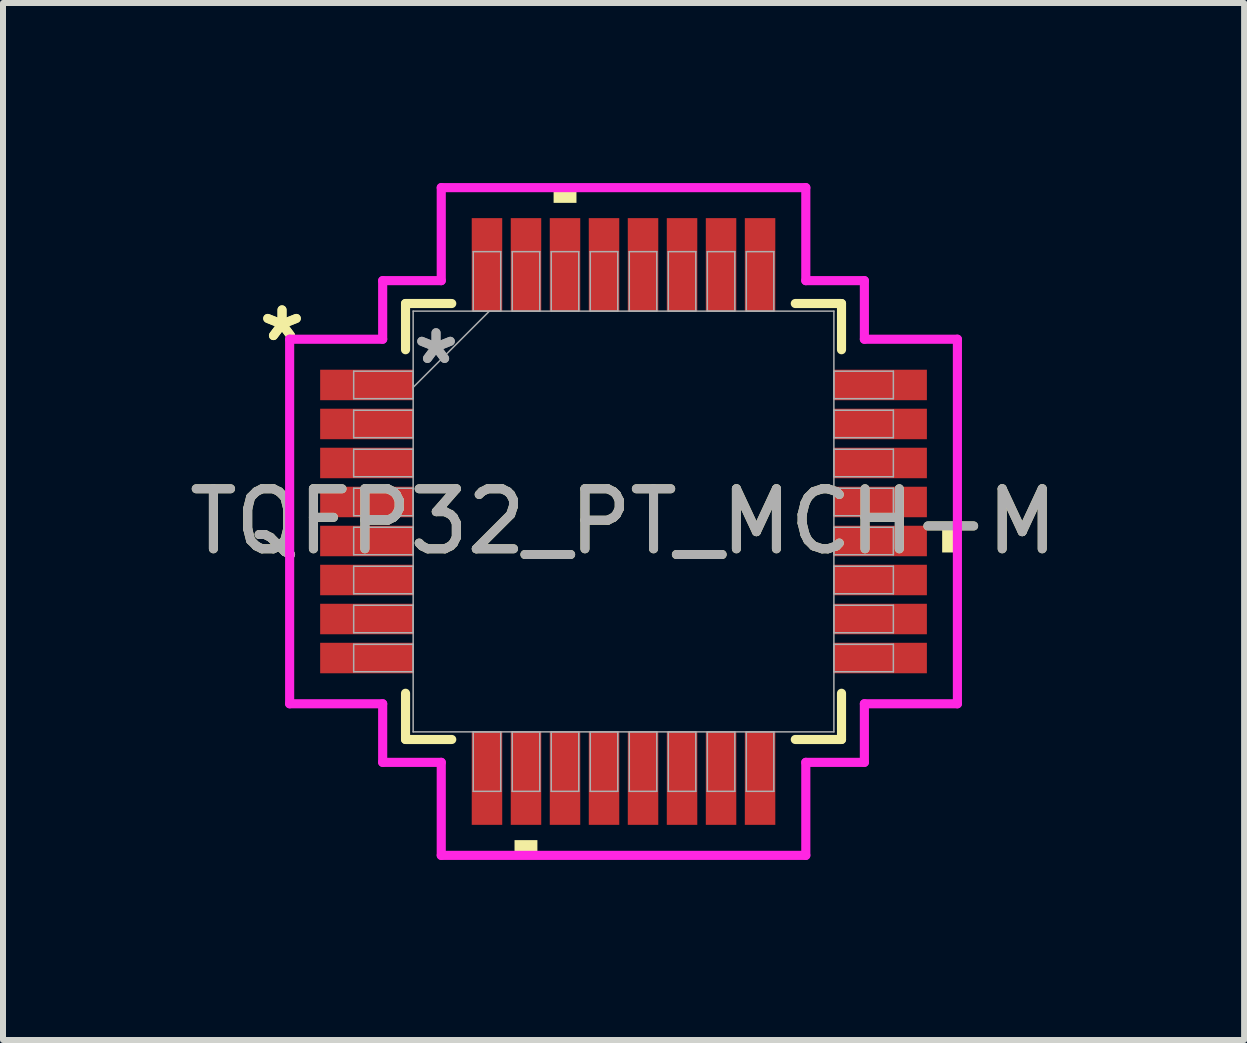
<source format=kicad_pcb>
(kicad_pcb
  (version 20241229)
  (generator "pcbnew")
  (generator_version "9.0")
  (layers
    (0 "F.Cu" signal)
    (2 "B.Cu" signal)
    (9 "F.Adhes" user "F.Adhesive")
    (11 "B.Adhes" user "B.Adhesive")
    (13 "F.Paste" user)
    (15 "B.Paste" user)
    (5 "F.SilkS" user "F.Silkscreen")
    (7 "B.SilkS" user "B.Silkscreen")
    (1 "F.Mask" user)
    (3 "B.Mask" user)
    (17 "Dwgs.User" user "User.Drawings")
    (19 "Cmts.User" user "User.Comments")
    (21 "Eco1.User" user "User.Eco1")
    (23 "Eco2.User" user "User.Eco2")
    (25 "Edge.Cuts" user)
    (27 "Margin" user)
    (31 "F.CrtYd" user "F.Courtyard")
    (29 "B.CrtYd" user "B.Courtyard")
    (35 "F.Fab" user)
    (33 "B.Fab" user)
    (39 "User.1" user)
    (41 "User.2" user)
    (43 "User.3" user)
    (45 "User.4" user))
  (footprint "TQFP32_PT_MCH-M"
    (layer "F.Cu")
    (at 7.339 5.639)
    (property "Reference" "TQFP32_PT_MCH-M" (at 0 0 0) (unlocked yes) (layer "F.SilkS") (effects (font (size 1 1) (thickness 0.15))))
    (attr smd)
    (fp_line (start -3.632 -3.632) (end -3.632 -2.862) (stroke (width 0.152) (type solid)) (layer "F.SilkS"))
    (fp_line (start -3.632 2.862) (end -3.632 3.632) (stroke (width 0.152) (type solid)) (layer "F.SilkS"))
    (fp_line (start -3.632 3.632) (end -2.862 3.632) (stroke (width 0.152) (type solid)) (layer "F.SilkS"))
    (fp_line (start -2.862 -3.632) (end -3.632 -3.632) (stroke (width 0.152) (type solid)) (layer "F.SilkS"))
    (fp_line (start 2.862 3.632) (end 3.632 3.632) (stroke (width 0.152) (type solid)) (layer "F.SilkS"))
    (fp_line (start 3.632 -3.632) (end 2.862 -3.632) (stroke (width 0.152) (type solid)) (layer "F.SilkS"))
    (fp_line (start 3.632 -2.862) (end 3.632 -3.632) (stroke (width 0.152) (type solid)) (layer "F.SilkS"))
    (fp_line (start 3.632 3.632) (end 3.632 2.862) (stroke (width 0.152) (type solid)) (layer "F.SilkS"))
    (fp_poly (pts (xy -1.816 5.309) (xy -1.816 5.563) (xy -1.435 5.563) (xy -1.435 5.309)) (stroke (width 0) (type solid)) (fill yes) (layer "F.SilkS"))
    (fp_poly (pts (xy -1.165 -5.309) (xy -1.165 -5.563) (xy -0.784 -5.563) (xy -0.784 -5.309)) (stroke (width 0) (type solid)) (fill yes) (layer "F.SilkS"))
    (fp_poly (pts (xy 5.563 0.135) (xy 5.563 0.516) (xy 5.309 0.516) (xy 5.309 0.135)) (stroke (width 0) (type solid)) (fill yes) (layer "F.SilkS"))
    (fp_line (start -5.563 -3.037) (end -4.013 -3.037) (stroke (width 0.152) (type solid)) (layer "F.CrtYd"))
    (fp_line (start -5.563 3.037) (end -5.563 -3.037) (stroke (width 0.152) (type solid)) (layer "F.CrtYd"))
    (fp_line (start -4.013 -4.013) (end -3.037 -4.013) (stroke (width 0.152) (type solid)) (layer "F.CrtYd"))
    (fp_line (start -4.013 -3.037) (end -4.013 -4.013) (stroke (width 0.152) (type solid)) (layer "F.CrtYd"))
    (fp_line (start -4.013 3.037) (end -5.563 3.037) (stroke (width 0.152) (type solid)) (layer "F.CrtYd"))
    (fp_line (start -4.013 4.013) (end -4.013 3.037) (stroke (width 0.152) (type solid)) (layer "F.CrtYd"))
    (fp_line (start -4.013 4.013) (end -3.037 4.013) (stroke (width 0.152) (type solid)) (layer "F.CrtYd"))
    (fp_line (start -3.037 -5.563) (end 3.037 -5.563) (stroke (width 0.152) (type solid)) (layer "F.CrtYd"))
    (fp_line (start -3.037 -4.013) (end -3.037 -5.563) (stroke (width 0.152) (type solid)) (layer "F.CrtYd"))
    (fp_line (start -3.037 4.013) (end -3.037 5.563) (stroke (width 0.152) (type solid)) (layer "F.CrtYd"))
    (fp_line (start -3.037 5.563) (end 3.037 5.563) (stroke (width 0.152) (type solid)) (layer "F.CrtYd"))
    (fp_line (start 3.037 -5.563) (end 3.037 -4.013) (stroke (width 0.152) (type solid)) (layer "F.CrtYd"))
    (fp_line (start 3.037 -4.013) (end 4.013 -4.013) (stroke (width 0.152) (type solid)) (layer "F.CrtYd"))
    (fp_line (start 3.037 4.013) (end 4.013 4.013) (stroke (width 0.152) (type solid)) (layer "F.CrtYd"))
    (fp_line (start 3.037 5.563) (end 3.037 4.013) (stroke (width 0.152) (type solid)) (layer "F.CrtYd"))
    (fp_line (start 4.013 -3.037) (end 4.013 -4.013) (stroke (width 0.152) (type solid)) (layer "F.CrtYd"))
    (fp_line (start 4.013 3.037) (end 5.563 3.037) (stroke (width 0.152) (type solid)) (layer "F.CrtYd"))
    (fp_line (start 4.013 4.013) (end 4.013 3.037) (stroke (width 0.152) (type solid)) (layer "F.CrtYd"))
    (fp_line (start 5.563 -3.037) (end 4.013 -3.037) (stroke (width 0.152) (type solid)) (layer "F.CrtYd"))
    (fp_line (start 5.563 3.037) (end 5.563 -3.037) (stroke (width 0.152) (type solid)) (layer "F.CrtYd"))
    (fp_line (start -4.496 -2.504) (end -4.496 -2.046) (stroke (width 0.025) (type solid)) (layer "F.Fab"))
    (fp_line (start -4.496 -2.046) (end -3.505 -2.046) (stroke (width 0.025) (type solid)) (layer "F.Fab"))
    (fp_line (start -4.496 -1.854) (end -4.496 -1.396) (stroke (width 0.025) (type solid)) (layer "F.Fab"))
    (fp_line (start -4.496 -1.396) (end -3.505 -1.396) (stroke (width 0.025) (type solid)) (layer "F.Fab"))
    (fp_line (start -4.496 -1.204) (end -4.496 -0.746) (stroke (width 0.025) (type solid)) (layer "F.Fab"))
    (fp_line (start -4.496 -0.746) (end -3.505 -0.746) (stroke (width 0.025) (type solid)) (layer "F.Fab"))
    (fp_line (start -4.496 -0.554) (end -4.496 -0.096) (stroke (width 0.025) (type solid)) (layer "F.Fab"))
    (fp_line (start -4.496 -0.096) (end -3.505 -0.096) (stroke (width 0.025) (type solid)) (layer "F.Fab"))
    (fp_line (start -4.496 0.096) (end -4.496 0.554) (stroke (width 0.025) (type solid)) (layer "F.Fab"))
    (fp_line (start -4.496 0.554) (end -3.505 0.554) (stroke (width 0.025) (type solid)) (layer "F.Fab"))
    (fp_line (start -4.496 0.746) (end -4.496 1.204) (stroke (width 0.025) (type solid)) (layer "F.Fab"))
    (fp_line (start -4.496 1.204) (end -3.505 1.204) (stroke (width 0.025) (type solid)) (layer "F.Fab"))
    (fp_line (start -4.496 1.396) (end -4.496 1.854) (stroke (width 0.025) (type solid)) (layer "F.Fab"))
    (fp_line (start -4.496 1.854) (end -3.505 1.854) (stroke (width 0.025) (type solid)) (layer "F.Fab"))
    (fp_line (start -4.496 2.046) (end -4.496 2.504) (stroke (width 0.025) (type solid)) (layer "F.Fab"))
    (fp_line (start -4.496 2.504) (end -3.505 2.504) (stroke (width 0.025) (type solid)) (layer "F.Fab"))
    (fp_line (start -3.505 -3.505) (end -3.505 3.505) (stroke (width 0.025) (type solid)) (layer "F.Fab"))
    (fp_line (start -3.505 -2.504) (end -4.496 -2.504) (stroke (width 0.025) (type solid)) (layer "F.Fab"))
    (fp_line (start -3.505 -2.235) (end -2.235 -3.505) (stroke (width 0.025) (type solid)) (layer "F.Fab"))
    (fp_line (start -3.505 -2.046) (end -3.505 -2.504) (stroke (width 0.025) (type solid)) (layer "F.Fab"))
    (fp_line (start -3.505 -1.854) (end -4.496 -1.854) (stroke (width 0.025) (type solid)) (layer "F.Fab"))
    (fp_line (start -3.505 -1.396) (end -3.505 -1.854) (stroke (width 0.025) (type solid)) (layer "F.Fab"))
    (fp_line (start -3.505 -1.204) (end -4.496 -1.204) (stroke (width 0.025) (type solid)) (layer "F.Fab"))
    (fp_line (start -3.505 -0.746) (end -3.505 -1.204) (stroke (width 0.025) (type solid)) (layer "F.Fab"))
    (fp_line (start -3.505 -0.554) (end -4.496 -0.554) (stroke (width 0.025) (type solid)) (layer "F.Fab"))
    (fp_line (start -3.505 -0.096) (end -3.505 -0.554) (stroke (width 0.025) (type solid)) (layer "F.Fab"))
    (fp_line (start -3.505 0.096) (end -4.496 0.096) (stroke (width 0.025) (type solid)) (layer "F.Fab"))
    (fp_line (start -3.505 0.554) (end -3.505 0.096) (stroke (width 0.025) (type solid)) (layer "F.Fab"))
    (fp_line (start -3.505 0.746) (end -4.496 0.746) (stroke (width 0.025) (type solid)) (layer "F.Fab"))
    (fp_line (start -3.505 1.204) (end -3.505 0.746) (stroke (width 0.025) (type solid)) (layer "F.Fab"))
    (fp_line (start -3.505 1.396) (end -4.496 1.396) (stroke (width 0.025) (type solid)) (layer "F.Fab"))
    (fp_line (start -3.505 1.854) (end -3.505 1.396) (stroke (width 0.025) (type solid)) (layer "F.Fab"))
    (fp_line (start -3.505 2.046) (end -4.496 2.046) (stroke (width 0.025) (type solid)) (layer "F.Fab"))
    (fp_line (start -3.505 2.504) (end -3.505 2.046) (stroke (width 0.025) (type solid)) (layer "F.Fab"))
    (fp_line (start -3.505 3.505) (end 3.505 3.505) (stroke (width 0.025) (type solid)) (layer "F.Fab"))
    (fp_line (start -2.504 -4.496) (end -2.504 -3.505) (stroke (width 0.025) (type solid)) (layer "F.Fab"))
    (fp_line (start -2.504 -3.505) (end -2.046 -3.505) (stroke (width 0.025) (type solid)) (layer "F.Fab"))
    (fp_line (start -2.504 3.505) (end -2.504 4.496) (stroke (width 0.025) (type solid)) (layer "F.Fab"))
    (fp_line (start -2.504 4.496) (end -2.046 4.496) (stroke (width 0.025) (type solid)) (layer "F.Fab"))
    (fp_line (start -2.046 -4.496) (end -2.504 -4.496) (stroke (width 0.025) (type solid)) (layer "F.Fab"))
    (fp_line (start -2.046 -3.505) (end -2.046 -4.496) (stroke (width 0.025) (type solid)) (layer "F.Fab"))
    (fp_line (start -2.046 3.505) (end -2.504 3.505) (stroke (width 0.025) (type solid)) (layer "F.Fab"))
    (fp_line (start -2.046 4.496) (end -2.046 3.505) (stroke (width 0.025) (type solid)) (layer "F.Fab"))
    (fp_line (start -1.854 -4.496) (end -1.854 -3.505) (stroke (width 0.025) (type solid)) (layer "F.Fab"))
    (fp_line (start -1.854 -3.505) (end -1.396 -3.505) (stroke (width 0.025) (type solid)) (layer "F.Fab"))
    (fp_line (start -1.854 3.505) (end -1.854 4.496) (stroke (width 0.025) (type solid)) (layer "F.Fab"))
    (fp_line (start -1.854 4.496) (end -1.396 4.496) (stroke (width 0.025) (type solid)) (layer "F.Fab"))
    (fp_line (start -1.396 -4.496) (end -1.854 -4.496) (stroke (width 0.025) (type solid)) (layer "F.Fab"))
    (fp_line (start -1.396 -3.505) (end -1.396 -4.496) (stroke (width 0.025) (type solid)) (layer "F.Fab"))
    (fp_line (start -1.396 3.505) (end -1.854 3.505) (stroke (width 0.025) (type solid)) (layer "F.Fab"))
    (fp_line (start -1.396 4.496) (end -1.396 3.505) (stroke (width 0.025) (type solid)) (layer "F.Fab"))
    (fp_line (start -1.204 -4.496) (end -1.204 -3.505) (stroke (width 0.025) (type solid)) (layer "F.Fab"))
    (fp_line (start -1.204 -3.505) (end -0.746 -3.505) (stroke (width 0.025) (type solid)) (layer "F.Fab"))
    (fp_line (start -1.204 3.505) (end -1.204 4.496) (stroke (width 0.025) (type solid)) (layer "F.Fab"))
    (fp_line (start -1.204 4.496) (end -0.746 4.496) (stroke (width 0.025) (type solid)) (layer "F.Fab"))
    (fp_line (start -0.746 -4.496) (end -1.204 -4.496) (stroke (width 0.025) (type solid)) (layer "F.Fab"))
    (fp_line (start -0.746 -3.505) (end -0.746 -4.496) (stroke (width 0.025) (type solid)) (layer "F.Fab"))
    (fp_line (start -0.746 3.505) (end -1.204 3.505) (stroke (width 0.025) (type solid)) (layer "F.Fab"))
    (fp_line (start -0.746 4.496) (end -0.746 3.505) (stroke (width 0.025) (type solid)) (layer "F.Fab"))
    (fp_line (start -0.554 -4.496) (end -0.554 -3.505) (stroke (width 0.025) (type solid)) (layer "F.Fab"))
    (fp_line (start -0.554 -3.505) (end -0.096 -3.505) (stroke (width 0.025) (type solid)) (layer "F.Fab"))
    (fp_line (start -0.554 3.505) (end -0.554 4.496) (stroke (width 0.025) (type solid)) (layer "F.Fab"))
    (fp_line (start -0.554 4.496) (end -0.096 4.496) (stroke (width 0.025) (type solid)) (layer "F.Fab"))
    (fp_line (start -0.096 -4.496) (end -0.554 -4.496) (stroke (width 0.025) (type solid)) (layer "F.Fab"))
    (fp_line (start -0.096 -3.505) (end -0.096 -4.496) (stroke (width 0.025) (type solid)) (layer "F.Fab"))
    (fp_line (start -0.096 3.505) (end -0.554 3.505) (stroke (width 0.025) (type solid)) (layer "F.Fab"))
    (fp_line (start -0.096 4.496) (end -0.096 3.505) (stroke (width 0.025) (type solid)) (layer "F.Fab"))
    (fp_line (start 0.096 -4.496) (end 0.096 -3.505) (stroke (width 0.025) (type solid)) (layer "F.Fab"))
    (fp_line (start 0.096 -3.505) (end 0.554 -3.505) (stroke (width 0.025) (type solid)) (layer "F.Fab"))
    (fp_line (start 0.096 3.505) (end 0.096 4.496) (stroke (width 0.025) (type solid)) (layer "F.Fab"))
    (fp_line (start 0.096 4.496) (end 0.554 4.496) (stroke (width 0.025) (type solid)) (layer "F.Fab"))
    (fp_line (start 0.554 -4.496) (end 0.096 -4.496) (stroke (width 0.025) (type solid)) (layer "F.Fab"))
    (fp_line (start 0.554 -3.505) (end 0.554 -4.496) (stroke (width 0.025) (type solid)) (layer "F.Fab"))
    (fp_line (start 0.554 3.505) (end 0.096 3.505) (stroke (width 0.025) (type solid)) (layer "F.Fab"))
    (fp_line (start 0.554 4.496) (end 0.554 3.505) (stroke (width 0.025) (type solid)) (layer "F.Fab"))
    (fp_line (start 0.746 -4.496) (end 0.746 -3.505) (stroke (width 0.025) (type solid)) (layer "F.Fab"))
    (fp_line (start 0.746 -3.505) (end 1.204 -3.505) (stroke (width 0.025) (type solid)) (layer "F.Fab"))
    (fp_line (start 0.746 3.505) (end 0.746 4.496) (stroke (width 0.025) (type solid)) (layer "F.Fab"))
    (fp_line (start 0.746 4.496) (end 1.204 4.496) (stroke (width 0.025) (type solid)) (layer "F.Fab"))
    (fp_line (start 1.204 -4.496) (end 0.746 -4.496) (stroke (width 0.025) (type solid)) (layer "F.Fab"))
    (fp_line (start 1.204 -3.505) (end 1.204 -4.496) (stroke (width 0.025) (type solid)) (layer "F.Fab"))
    (fp_line (start 1.204 3.505) (end 0.746 3.505) (stroke (width 0.025) (type solid)) (layer "F.Fab"))
    (fp_line (start 1.204 4.496) (end 1.204 3.505) (stroke (width 0.025) (type solid)) (layer "F.Fab"))
    (fp_line (start 1.396 -4.496) (end 1.396 -3.505) (stroke (width 0.025) (type solid)) (layer "F.Fab"))
    (fp_line (start 1.396 -3.505) (end 1.854 -3.505) (stroke (width 0.025) (type solid)) (layer "F.Fab"))
    (fp_line (start 1.396 3.505) (end 1.396 4.496) (stroke (width 0.025) (type solid)) (layer "F.Fab"))
    (fp_line (start 1.396 4.496) (end 1.854 4.496) (stroke (width 0.025) (type solid)) (layer "F.Fab"))
    (fp_line (start 1.854 -4.496) (end 1.396 -4.496) (stroke (width 0.025) (type solid)) (layer "F.Fab"))
    (fp_line (start 1.854 -3.505) (end 1.854 -4.496) (stroke (width 0.025) (type solid)) (layer "F.Fab"))
    (fp_line (start 1.854 3.505) (end 1.396 3.505) (stroke (width 0.025) (type solid)) (layer "F.Fab"))
    (fp_line (start 1.854 4.496) (end 1.854 3.505) (stroke (width 0.025) (type solid)) (layer "F.Fab"))
    (fp_line (start 2.046 -4.496) (end 2.046 -3.505) (stroke (width 0.025) (type solid)) (layer "F.Fab"))
    (fp_line (start 2.046 -3.505) (end 2.504 -3.505) (stroke (width 0.025) (type solid)) (layer "F.Fab"))
    (fp_line (start 2.046 3.505) (end 2.046 4.496) (stroke (width 0.025) (type solid)) (layer "F.Fab"))
    (fp_line (start 2.046 4.496) (end 2.504 4.496) (stroke (width 0.025) (type solid)) (layer "F.Fab"))
    (fp_line (start 2.504 -4.496) (end 2.046 -4.496) (stroke (width 0.025) (type solid)) (layer "F.Fab"))
    (fp_line (start 2.504 -3.505) (end 2.504 -4.496) (stroke (width 0.025) (type solid)) (layer "F.Fab"))
    (fp_line (start 2.504 3.505) (end 2.046 3.505) (stroke (width 0.025) (type solid)) (layer "F.Fab"))
    (fp_line (start 2.504 4.496) (end 2.504 3.505) (stroke (width 0.025) (type solid)) (layer "F.Fab"))
    (fp_line (start 3.505 -3.505) (end -3.505 -3.505) (stroke (width 0.025) (type solid)) (layer "F.Fab"))
    (fp_line (start 3.505 -2.504) (end 3.505 -2.046) (stroke (width 0.025) (type solid)) (layer "F.Fab"))
    (fp_line (start 3.505 -2.046) (end 4.496 -2.046) (stroke (width 0.025) (type solid)) (layer "F.Fab"))
    (fp_line (start 3.505 -1.854) (end 3.505 -1.396) (stroke (width 0.025) (type solid)) (layer "F.Fab"))
    (fp_line (start 3.505 -1.396) (end 4.496 -1.396) (stroke (width 0.025) (type solid)) (layer "F.Fab"))
    (fp_line (start 3.505 -1.204) (end 3.505 -0.746) (stroke (width 0.025) (type solid)) (layer "F.Fab"))
    (fp_line (start 3.505 -0.746) (end 4.496 -0.746) (stroke (width 0.025) (type solid)) (layer "F.Fab"))
    (fp_line (start 3.505 -0.554) (end 3.505 -0.096) (stroke (width 0.025) (type solid)) (layer "F.Fab"))
    (fp_line (start 3.505 -0.096) (end 4.496 -0.096) (stroke (width 0.025) (type solid)) (layer "F.Fab"))
    (fp_line (start 3.505 0.096) (end 3.505 0.554) (stroke (width 0.025) (type solid)) (layer "F.Fab"))
    (fp_line (start 3.505 0.554) (end 4.496 0.554) (stroke (width 0.025) (type solid)) (layer "F.Fab"))
    (fp_line (start 3.505 0.746) (end 3.505 1.204) (stroke (width 0.025) (type solid)) (layer "F.Fab"))
    (fp_line (start 3.505 1.204) (end 4.496 1.204) (stroke (width 0.025) (type solid)) (layer "F.Fab"))
    (fp_line (start 3.505 1.396) (end 3.505 1.854) (stroke (width 0.025) (type solid)) (layer "F.Fab"))
    (fp_line (start 3.505 1.854) (end 4.496 1.854) (stroke (width 0.025) (type solid)) (layer "F.Fab"))
    (fp_line (start 3.505 2.046) (end 3.505 2.504) (stroke (width 0.025) (type solid)) (layer "F.Fab"))
    (fp_line (start 3.505 2.504) (end 4.496 2.504) (stroke (width 0.025) (type solid)) (layer "F.Fab"))
    (fp_line (start 3.505 3.505) (end 3.505 -3.505) (stroke (width 0.025) (type solid)) (layer "F.Fab"))
    (fp_line (start 4.496 -2.504) (end 3.505 -2.504) (stroke (width 0.025) (type solid)) (layer "F.Fab"))
    (fp_line (start 4.496 -2.046) (end 4.496 -2.504) (stroke (width 0.025) (type solid)) (layer "F.Fab"))
    (fp_line (start 4.496 -1.854) (end 3.505 -1.854) (stroke (width 0.025) (type solid)) (layer "F.Fab"))
    (fp_line (start 4.496 -1.396) (end 4.496 -1.854) (stroke (width 0.025) (type solid)) (layer "F.Fab"))
    (fp_line (start 4.496 -1.204) (end 3.505 -1.204) (stroke (width 0.025) (type solid)) (layer "F.Fab"))
    (fp_line (start 4.496 -0.746) (end 4.496 -1.204) (stroke (width 0.025) (type solid)) (layer "F.Fab"))
    (fp_line (start 4.496 -0.554) (end 3.505 -0.554) (stroke (width 0.025) (type solid)) (layer "F.Fab"))
    (fp_line (start 4.496 -0.096) (end 4.496 -0.554) (stroke (width 0.025) (type solid)) (layer "F.Fab"))
    (fp_line (start 4.496 0.096) (end 3.505 0.096) (stroke (width 0.025) (type solid)) (layer "F.Fab"))
    (fp_line (start 4.496 0.554) (end 4.496 0.096) (stroke (width 0.025) (type solid)) (layer "F.Fab"))
    (fp_line (start 4.496 0.746) (end 3.505 0.746) (stroke (width 0.025) (type solid)) (layer "F.Fab"))
    (fp_line (start 4.496 1.204) (end 4.496 0.746) (stroke (width 0.025) (type solid)) (layer "F.Fab"))
    (fp_line (start 4.496 1.396) (end 3.505 1.396) (stroke (width 0.025) (type solid)) (layer "F.Fab"))
    (fp_line (start 4.496 1.854) (end 4.496 1.396) (stroke (width 0.025) (type solid)) (layer "F.Fab"))
    (fp_line (start 4.496 2.046) (end 3.505 2.046) (stroke (width 0.025) (type solid)) (layer "F.Fab"))
    (fp_line (start 4.496 2.504) (end 4.496 2.046) (stroke (width 0.025) (type solid)) (layer "F.Fab"))
    (fp_text user "*" (at -5.69 -2.981 0) (unlocked yes) (layer "F.SilkS") (effects (font (size 1 1) (thickness 0.15))))
    (fp_text user "*" (at -5.69 -2.981 0) (layer "F.SilkS") (effects (font (size 1 1) (thickness 0.15))))
    (fp_text user "*" (at -3.124 -2.6 0) (unlocked yes) (layer "F.Fab") (effects (font (size 1 1) (thickness 0.15))))
    (fp_text user "${REFERENCE}" (at 0 0 0) (unlocked yes) (layer "F.Fab") (effects (font (size 1 1) (thickness 0.15))))
    (fp_text user "*" (at -3.124 -2.6 0) (layer "F.Fab") (effects (font (size 1 1) (thickness 0.15))))
    (pad "1" smd rect (at -4.28 -2.275 90) (size 0.508 1.549) (layers "F.Cu" "F.Mask" "F.Paste"))
    (pad "2" smd rect (at -4.28 -1.625 90) (size 0.508 1.549) (layers "F.Cu" "F.Mask" "F.Paste"))
    (pad "3" smd rect (at -4.28 -0.975 90) (size 0.508 1.549) (layers "F.Cu" "F.Mask" "F.Paste"))
    (pad "4" smd rect (at -4.28 -0.325 90) (size 0.508 1.549) (layers "F.Cu" "F.Mask" "F.Paste"))
    (pad "5" smd rect (at -4.28 0.325 90) (size 0.508 1.549) (layers "F.Cu" "F.Mask" "F.Paste"))
    (pad "6" smd rect (at -4.28 0.975 90) (size 0.508 1.549) (layers "F.Cu" "F.Mask" "F.Paste"))
    (pad "7" smd rect (at -4.28 1.625 90) (size 0.508 1.549) (layers "F.Cu" "F.Mask" "F.Paste"))
    (pad "8" smd rect (at -4.28 2.275 90) (size 0.508 1.549) (layers "F.Cu" "F.Mask" "F.Paste"))
    (pad "9" smd rect (at -2.275 4.28) (size 0.508 1.549) (layers "F.Cu" "F.Mask" "F.Paste"))
    (pad "10" smd rect (at -1.625 4.28) (size 0.508 1.549) (layers "F.Cu" "F.Mask" "F.Paste"))
    (pad "11" smd rect (at -0.975 4.28) (size 0.508 1.549) (layers "F.Cu" "F.Mask" "F.Paste"))
    (pad "12" smd rect (at -0.325 4.28) (size 0.508 1.549) (layers "F.Cu" "F.Mask" "F.Paste"))
    (pad "13" smd rect (at 0.325 4.28) (size 0.508 1.549) (layers "F.Cu" "F.Mask" "F.Paste"))
    (pad "14" smd rect (at 0.975 4.28) (size 0.508 1.549) (layers "F.Cu" "F.Mask" "F.Paste"))
    (pad "15" smd rect (at 1.625 4.28) (size 0.508 1.549) (layers "F.Cu" "F.Mask" "F.Paste"))
    (pad "16" smd rect (at 2.275 4.28) (size 0.508 1.549) (layers "F.Cu" "F.Mask" "F.Paste"))
    (pad "17" smd rect (at 4.28 2.275 90) (size 0.508 1.549) (layers "F.Cu" "F.Mask" "F.Paste"))
    (pad "18" smd rect (at 4.28 1.625 90) (size 0.508 1.549) (layers "F.Cu" "F.Mask" "F.Paste"))
    (pad "19" smd rect (at 4.28 0.975 90) (size 0.508 1.549) (layers "F.Cu" "F.Mask" "F.Paste"))
    (pad "20" smd rect (at 4.28 0.325 90) (size 0.508 1.549) (layers "F.Cu" "F.Mask" "F.Paste"))
    (pad "21" smd rect (at 4.28 -0.325 90) (size 0.508 1.549) (layers "F.Cu" "F.Mask" "F.Paste"))
    (pad "22" smd rect (at 4.28 -0.975 90) (size 0.508 1.549) (layers "F.Cu" "F.Mask" "F.Paste"))
    (pad "23" smd rect (at 4.28 -1.625 90) (size 0.508 1.549) (layers "F.Cu" "F.Mask" "F.Paste"))
    (pad "24" smd rect (at 4.28 -2.275 90) (size 0.508 1.549) (layers "F.Cu" "F.Mask" "F.Paste"))
    (pad "25" smd rect (at 2.275 -4.28) (size 0.508 1.549) (layers "F.Cu" "F.Mask" "F.Paste"))
    (pad "26" smd rect (at 1.625 -4.28) (size 0.508 1.549) (layers "F.Cu" "F.Mask" "F.Paste"))
    (pad "27" smd rect (at 0.975 -4.28) (size 0.508 1.549) (layers "F.Cu" "F.Mask" "F.Paste"))
    (pad "28" smd rect (at 0.325 -4.28) (size 0.508 1.549) (layers "F.Cu" "F.Mask" "F.Paste"))
    (pad "29" smd rect (at -0.325 -4.28) (size 0.508 1.549) (layers "F.Cu" "F.Mask" "F.Paste"))
    (pad "30" smd rect (at -0.975 -4.28) (size 0.508 1.549) (layers "F.Cu" "F.Mask" "F.Paste"))
    (pad "31" smd rect (at -1.625 -4.28) (size 0.508 1.549) (layers "F.Cu" "F.Mask" "F.Paste"))
    (pad "32" smd rect (at -2.275 -4.28) (size 0.508 1.549) (layers "F.Cu" "F.Mask" "F.Paste")))
  (gr_rect
    (start -3 -3)
    (end 17.679 14.278)
    (stroke (width 0.1) (type default))
    (fill no)
    (layer "Edge.Cuts")))
</source>
